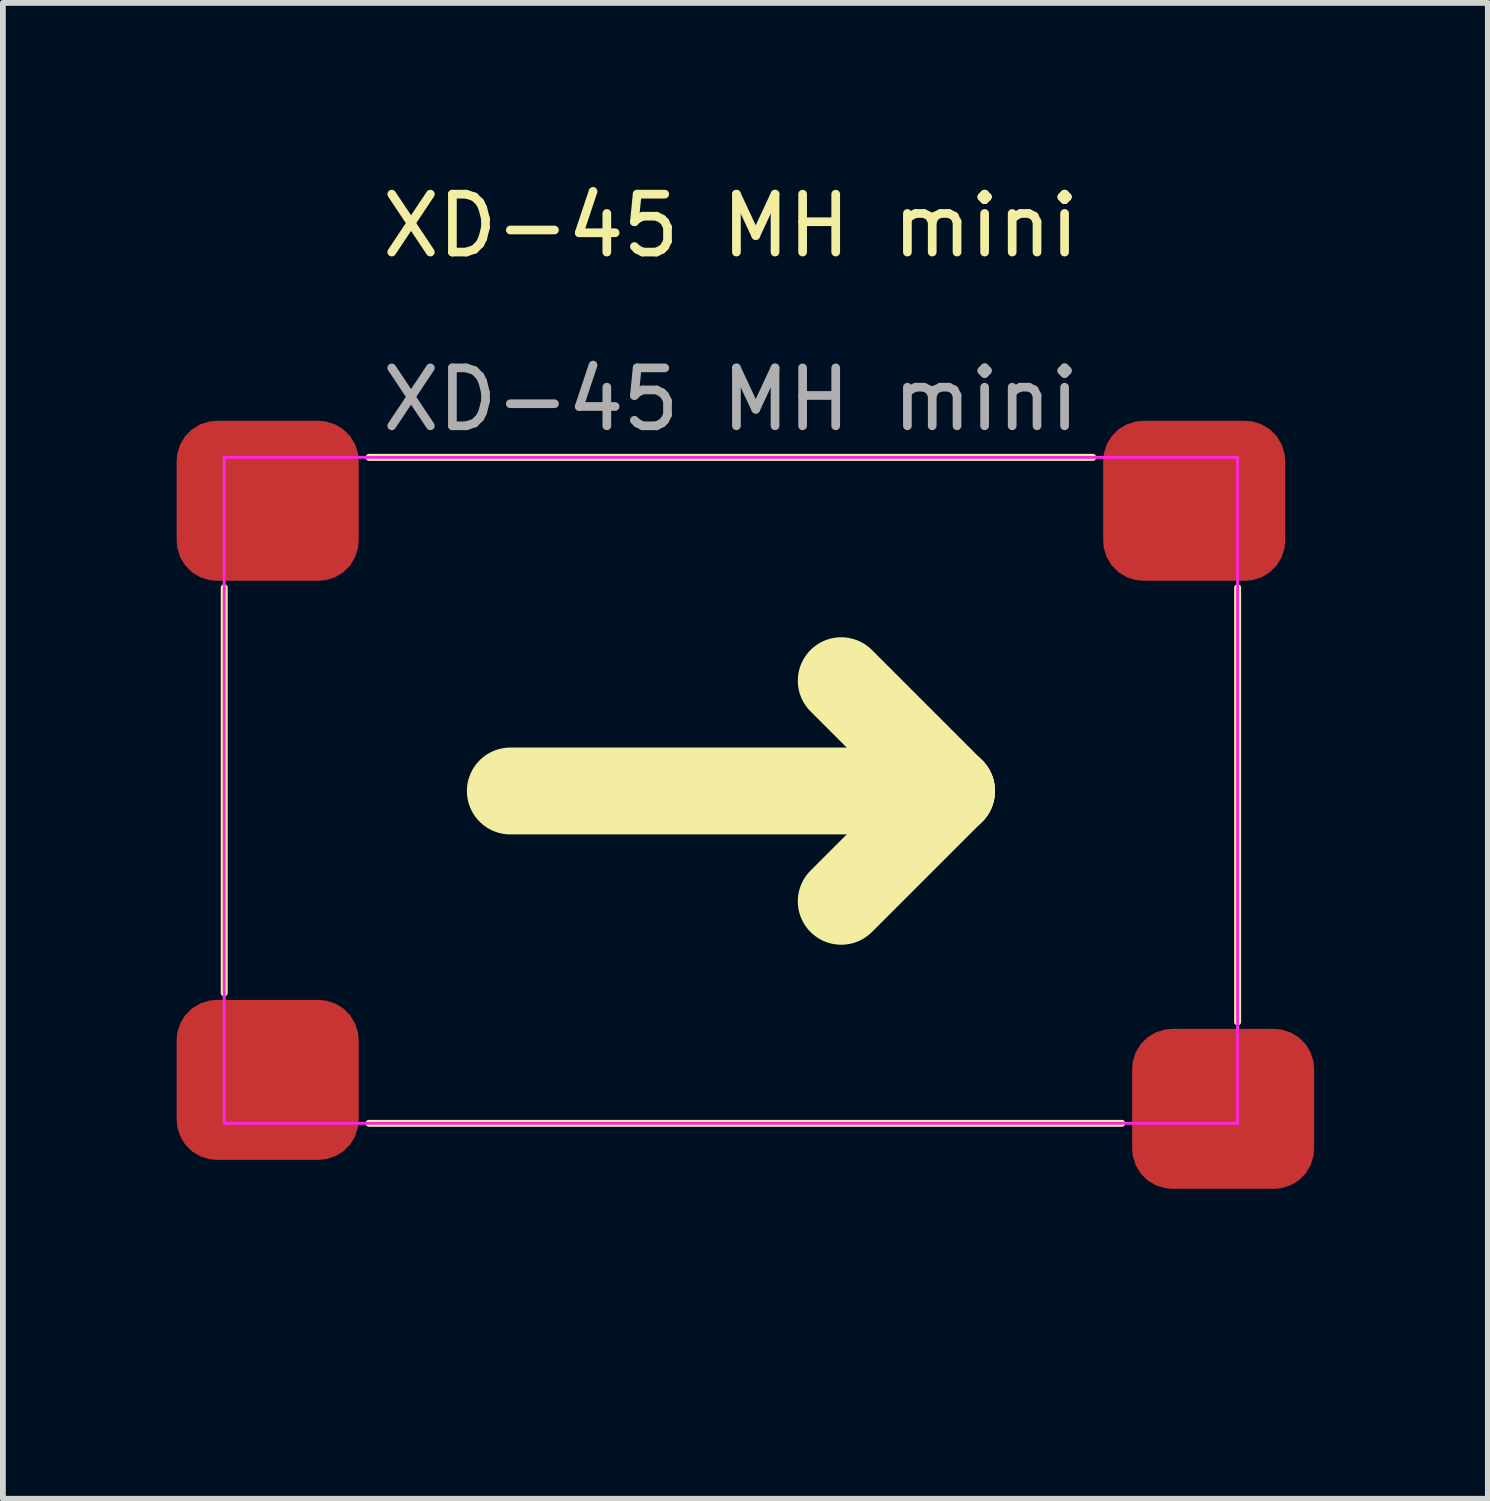
<source format=kicad_pcb>
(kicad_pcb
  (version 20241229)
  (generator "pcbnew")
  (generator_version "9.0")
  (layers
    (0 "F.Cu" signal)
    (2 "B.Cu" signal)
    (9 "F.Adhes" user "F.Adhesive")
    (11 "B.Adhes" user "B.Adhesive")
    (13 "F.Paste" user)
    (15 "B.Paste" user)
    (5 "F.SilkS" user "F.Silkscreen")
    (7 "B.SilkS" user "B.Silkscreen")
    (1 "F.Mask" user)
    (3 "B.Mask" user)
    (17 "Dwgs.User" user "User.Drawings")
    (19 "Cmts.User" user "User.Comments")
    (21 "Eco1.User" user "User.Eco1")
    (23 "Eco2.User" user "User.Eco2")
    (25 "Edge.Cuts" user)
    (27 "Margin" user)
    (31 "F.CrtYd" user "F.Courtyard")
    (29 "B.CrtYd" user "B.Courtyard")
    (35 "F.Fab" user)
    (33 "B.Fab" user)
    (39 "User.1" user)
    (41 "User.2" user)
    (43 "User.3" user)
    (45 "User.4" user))
  (footprint "XD-45 MH mini"
    (layer "F.Cu")
    (at 9.572 10.598)
    (property "Reference" "XD-45 MH mini" (at 0 -9.75 0) (unlocked yes) (layer "F.SilkS") (effects (font (size 1 1) (thickness 0.15))))
    (attr smd)
    (fp_line (start -8.75 3.5) (end -8.75 -3.5) (stroke (width 0.12) (type solid)) (layer "F.SilkS"))
    (fp_line (start -6.25 -5.75) (end 6.25 -5.75) (stroke (width 0.12) (type solid)) (layer "F.SilkS"))
    (fp_line (start 6.75 5.75) (end -6.25 5.75) (stroke (width 0.12) (type solid)) (layer "F.SilkS"))
    (fp_line (start 8.75 -3.5) (end 8.75 4) (stroke (width 0.12) (type solid)) (layer "F.SilkS"))
    (fp_line (start -8.75 -5.75) (end -8.75 5.75) (stroke (width 0.05) (type solid)) (layer "F.CrtYd"))
    (fp_line (start -8.75 5.75) (end 8.75 5.75) (stroke (width 0.05) (type solid)) (layer "F.CrtYd"))
    (fp_line (start 8.75 -5.75) (end -8.75 -5.75) (stroke (width 0.05) (type solid)) (layer "F.CrtYd"))
    (fp_line (start 8.75 5.75) (end 8.75 -5.75) (stroke (width 0.05) (type solid)) (layer "F.CrtYd"))
    (fp_text user "←" (at 0 0.75 180) (unlocked yes) (layer "F.SilkS") (effects (font (size 10 10) (thickness 1.5))))
    (fp_text user "${REFERENCE}" (at 0 -6.75 0) (unlocked yes) (layer "F.Fab") (effects (font (size 1 1) (thickness 0.15))))
    (pad "1" smd roundrect (at -8 -5) (size 3.143 2.762) (layers "F.Cu" "F.Mask" "F.Paste") (roundrect_rratio 0.25))
    (pad "2" smd roundrect (at -8 5) (size 3.143 2.762) (layers "F.Cu" "F.Mask" "F.Paste") (roundrect_rratio 0.25))
    (pad "3" smd roundrect (at 8 -5) (size 3.143 2.762) (layers "F.Cu" "F.Mask" "F.Paste") (roundrect_rratio 0.25))
    (pad "4" smd roundrect (at 8.5 5.5) (size 3.143 2.762) (layers "F.Cu" "F.Mask" "F.Paste") (roundrect_rratio 0.25)))
  (gr_rect
    (start -3 -3)
    (end 22.643 22.831)
    (stroke (width 0.1) (type default))
    (fill no)
    (layer "Edge.Cuts")))
</source>
